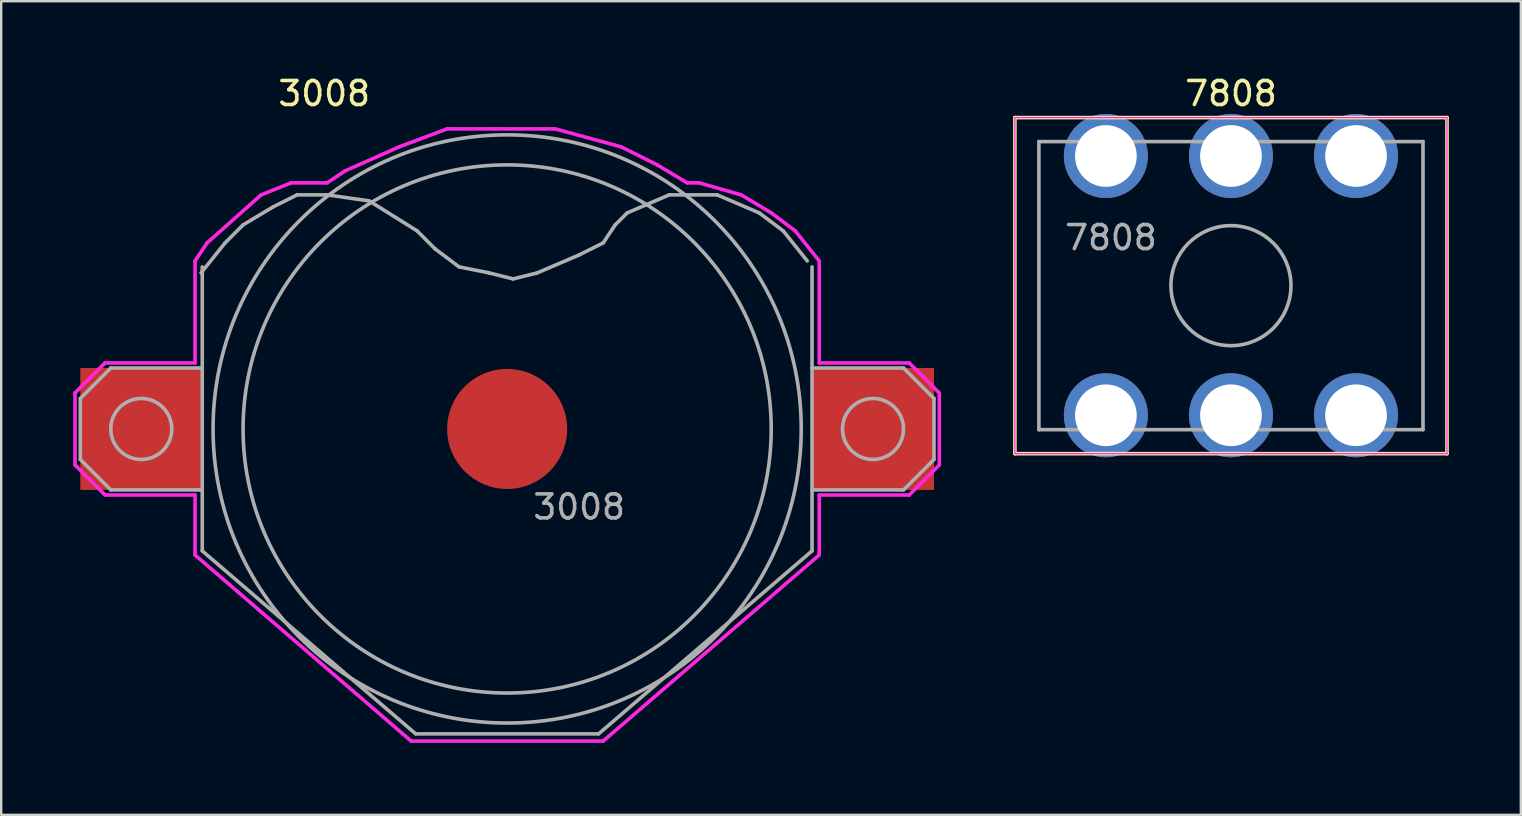
<source format=kicad_pcb>
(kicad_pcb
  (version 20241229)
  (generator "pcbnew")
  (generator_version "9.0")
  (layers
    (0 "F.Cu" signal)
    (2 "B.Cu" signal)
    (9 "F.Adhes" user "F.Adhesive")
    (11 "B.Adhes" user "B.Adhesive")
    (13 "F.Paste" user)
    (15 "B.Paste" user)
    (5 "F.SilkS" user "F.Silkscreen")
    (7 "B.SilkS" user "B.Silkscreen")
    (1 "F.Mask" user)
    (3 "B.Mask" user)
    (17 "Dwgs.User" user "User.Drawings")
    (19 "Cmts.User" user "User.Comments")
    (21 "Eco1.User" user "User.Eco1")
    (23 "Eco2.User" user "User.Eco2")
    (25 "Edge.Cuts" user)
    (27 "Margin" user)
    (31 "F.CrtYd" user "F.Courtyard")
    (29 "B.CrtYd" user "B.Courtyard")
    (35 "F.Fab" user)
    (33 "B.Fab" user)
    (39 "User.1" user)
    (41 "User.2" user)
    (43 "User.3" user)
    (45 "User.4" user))
  (footprint "3008"
    (layer "F.Cu")
    (at 18.075 14.818)
    (property "Reference" "3008" (at -7.62 -13.97 0) (layer "F.SilkS") (effects (font (size 1 1) (thickness 0.15))))
    (attr smd)
    (fp_line (start -18 -1.5) (end -18 1.5) (stroke (width 0.15) (type solid)) (layer "F.CrtYd"))
    (fp_line (start -18 1.5) (end -16.75 2.75) (stroke (width 0.15) (type solid)) (layer "F.CrtYd"))
    (fp_line (start -16.75 -2.75) (end -18 -1.5) (stroke (width 0.15) (type solid)) (layer "F.CrtYd"))
    (fp_line (start -16.75 2.75) (end -13 2.75) (stroke (width 0.15) (type solid)) (layer "F.CrtYd"))
    (fp_line (start -13 -7) (end -13 -2.75) (stroke (width 0.15) (type solid)) (layer "F.CrtYd"))
    (fp_line (start -13 -2.75) (end -16.75 -2.75) (stroke (width 0.15) (type solid)) (layer "F.CrtYd"))
    (fp_line (start -13 2.75) (end -13 5.25) (stroke (width 0.15) (type solid)) (layer "F.CrtYd"))
    (fp_line (start -13 5.25) (end -4 13) (stroke (width 0.15) (type solid)) (layer "F.CrtYd"))
    (fp_line (start -12.5 -7.75) (end -13 -7) (stroke (width 0.15) (type solid)) (layer "F.CrtYd"))
    (fp_line (start -10.25 -9.75) (end -12.5 -7.75) (stroke (width 0.15) (type solid)) (layer "F.CrtYd"))
    (fp_line (start -9 -10.25) (end -10.25 -9.75) (stroke (width 0.15) (type solid)) (layer "F.CrtYd"))
    (fp_line (start -7.5 -10.25) (end -9 -10.25) (stroke (width 0.15) (type solid)) (layer "F.CrtYd"))
    (fp_line (start -6.75 -10.75) (end -7.5 -10.25) (stroke (width 0.15) (type solid)) (layer "F.CrtYd"))
    (fp_line (start -4.5 -11.75) (end -6.75 -10.75) (stroke (width 0.15) (type solid)) (layer "F.CrtYd"))
    (fp_line (start -4 13) (end 4 13) (stroke (width 0.15) (type solid)) (layer "F.CrtYd"))
    (fp_line (start -2.5 -12.5) (end -4.5 -11.75) (stroke (width 0.15) (type solid)) (layer "F.CrtYd"))
    (fp_line (start -0.5 -12.5) (end -2.5 -12.5) (stroke (width 0.15) (type solid)) (layer "F.CrtYd"))
    (fp_line (start 2 -12.5) (end -0.5 -12.5) (stroke (width 0.15) (type solid)) (layer "F.CrtYd"))
    (fp_line (start 4 13) (end 13 5.25) (stroke (width 0.15) (type solid)) (layer "F.CrtYd"))
    (fp_line (start 4.75 -11.75) (end 2 -12.5) (stroke (width 0.15) (type solid)) (layer "F.CrtYd"))
    (fp_line (start 6.25 -11) (end 4.75 -11.75) (stroke (width 0.15) (type solid)) (layer "F.CrtYd"))
    (fp_line (start 7.5 -10.25) (end 6.25 -11) (stroke (width 0.15) (type solid)) (layer "F.CrtYd"))
    (fp_line (start 8 -10.25) (end 7.5 -10.25) (stroke (width 0.15) (type solid)) (layer "F.CrtYd"))
    (fp_line (start 9.75 -9.75) (end 8 -10.25) (stroke (width 0.15) (type solid)) (layer "F.CrtYd"))
    (fp_line (start 11 -9) (end 9.75 -9.75) (stroke (width 0.15) (type solid)) (layer "F.CrtYd"))
    (fp_line (start 12 -8.25) (end 11 -9) (stroke (width 0.15) (type solid)) (layer "F.CrtYd"))
    (fp_line (start 13 -7) (end 12 -8.25) (stroke (width 0.15) (type solid)) (layer "F.CrtYd"))
    (fp_line (start 13 -2.75) (end 13 -7) (stroke (width 0.15) (type solid)) (layer "F.CrtYd"))
    (fp_line (start 13 2.75) (end 16.75 2.75) (stroke (width 0.15) (type solid)) (layer "F.CrtYd"))
    (fp_line (start 13 5.25) (end 13 2.75) (stroke (width 0.15) (type solid)) (layer "F.CrtYd"))
    (fp_line (start 16.75 -2.75) (end 13 -2.75) (stroke (width 0.15) (type solid)) (layer "F.CrtYd"))
    (fp_line (start 16.75 2.75) (end 18 1.5) (stroke (width 0.15) (type solid)) (layer "F.CrtYd"))
    (fp_line (start 18 -1.5) (end 16.75 -2.75) (stroke (width 0.15) (type solid)) (layer "F.CrtYd"))
    (fp_line (start 18 1.5) (end 18 -1.5) (stroke (width 0.15) (type solid)) (layer "F.CrtYd"))
    (fp_line (start -17.78 -1.27) (end -17.78 1.27) (stroke (width 0.15) (type solid)) (layer "F.Fab"))
    (fp_line (start -17.78 1.27) (end -16.51 2.54) (stroke (width 0.15) (type solid)) (layer "F.Fab"))
    (fp_line (start -16.51 -2.54) (end -17.78 -1.27) (stroke (width 0.15) (type solid)) (layer "F.Fab"))
    (fp_line (start -16.51 2.54) (end -12.7 2.54) (stroke (width 0.15) (type solid)) (layer "F.Fab"))
    (fp_line (start -12.75 -6.5) (end -11.75 -7.75) (stroke (width 0.15) (type solid)) (layer "F.Fab"))
    (fp_line (start -12.7 -6.75) (end -12.7 5.08) (stroke (width 0.15) (type solid)) (layer "F.Fab"))
    (fp_line (start -12.7 -2.54) (end -16.51 -2.54) (stroke (width 0.15) (type solid)) (layer "F.Fab"))
    (fp_line (start -12.7 5.08) (end -3.81 12.7) (stroke (width 0.15) (type solid)) (layer "F.Fab"))
    (fp_line (start -11.75 -7.75) (end -11 -8.5) (stroke (width 0.15) (type solid)) (layer "F.Fab"))
    (fp_line (start -11 -8.5) (end -9.75 -9.25) (stroke (width 0.15) (type solid)) (layer "F.Fab"))
    (fp_line (start -9.75 -9.25) (end -8.75 -9.75) (stroke (width 0.15) (type solid)) (layer "F.Fab"))
    (fp_line (start -8.75 -9.75) (end -7.5 -9.75) (stroke (width 0.15) (type solid)) (layer "F.Fab"))
    (fp_line (start -7.5 -9.75) (end -5.75 -9.5) (stroke (width 0.15) (type solid)) (layer "F.Fab"))
    (fp_line (start -5.75 -9.5) (end -3.75 -8.25) (stroke (width 0.15) (type solid)) (layer "F.Fab"))
    (fp_line (start -3.81 12.7) (end 3.81 12.7) (stroke (width 0.15) (type solid)) (layer "F.Fab"))
    (fp_line (start -3.75 -8.25) (end -3 -7.5) (stroke (width 0.15) (type solid)) (layer "F.Fab"))
    (fp_line (start -3 -7.5) (end -2 -6.75) (stroke (width 0.15) (type solid)) (layer "F.Fab"))
    (fp_line (start -2 -6.75) (end -0.75 -6.5) (stroke (width 0.15) (type solid)) (layer "F.Fab"))
    (fp_line (start -0.75 -6.5) (end 0.25 -6.25) (stroke (width 0.15) (type solid)) (layer "F.Fab"))
    (fp_line (start 0.25 -6.25) (end 1.25 -6.5) (stroke (width 0.15) (type solid)) (layer "F.Fab"))
    (fp_line (start 1.25 -6.5) (end 3 -7.25) (stroke (width 0.15) (type solid)) (layer "F.Fab"))
    (fp_line (start 3 -7.25) (end 4 -7.75) (stroke (width 0.15) (type solid)) (layer "F.Fab"))
    (fp_line (start 3.81 12.7) (end 12.7 5.08) (stroke (width 0.15) (type solid)) (layer "F.Fab"))
    (fp_line (start 4 -7.75) (end 4.5 -8.5) (stroke (width 0.15) (type solid)) (layer "F.Fab"))
    (fp_line (start 4.5 -8.5) (end 5 -9) (stroke (width 0.15) (type solid)) (layer "F.Fab"))
    (fp_line (start 5 -9) (end 6.75 -9.75) (stroke (width 0.15) (type solid)) (layer "F.Fab"))
    (fp_line (start 6.75 -9.75) (end 8.75 -9.75) (stroke (width 0.15) (type solid)) (layer "F.Fab"))
    (fp_line (start 8.75 -9.75) (end 10.5 -9) (stroke (width 0.15) (type solid)) (layer "F.Fab"))
    (fp_line (start 10.5 -9) (end 11.5 -8.25) (stroke (width 0.15) (type solid)) (layer "F.Fab"))
    (fp_line (start 11.5 -8.25) (end 12.5 -7) (stroke (width 0.15) (type solid)) (layer "F.Fab"))
    (fp_line (start 12.7 -2.54) (end 16.51 -2.54) (stroke (width 0.15) (type solid)) (layer "F.Fab"))
    (fp_line (start 12.7 5.08) (end 12.7 -6.75) (stroke (width 0.15) (type solid)) (layer "F.Fab"))
    (fp_line (start 16.51 -2.54) (end 17.78 -1.27) (stroke (width 0.15) (type solid)) (layer "F.Fab"))
    (fp_line (start 16.51 2.54) (end 12.7 2.54) (stroke (width 0.15) (type solid)) (layer "F.Fab"))
    (fp_line (start 17.78 -1.27) (end 17.78 1.27) (stroke (width 0.15) (type solid)) (layer "F.Fab"))
    (fp_line (start 17.78 1.27) (end 16.51 2.54) (stroke (width 0.15) (type solid)) (layer "F.Fab"))
    (fp_circle (center -15.24 0) (end -13.97 0) (stroke (width 0.15) (type solid)) (fill no) (layer "F.Fab"))
    (fp_circle (center 0 0) (end 11 0) (stroke (width 0.15) (type solid)) (fill no) (layer "F.Fab"))
    (fp_circle (center 0 0) (end 12.25 0) (stroke (width 0.15) (type solid)) (fill no) (layer "F.Fab"))
    (fp_circle (center 15.24 0) (end 16.51 0) (stroke (width 0.15) (type solid)) (fill no) (layer "F.Fab"))
    (fp_text user "${REFERENCE}" (at 3 3.25 0) (layer "F.Fab") (effects (font (size 1 1) (thickness 0.15))))
    (pad "1" smd rect (at -15.24 0) (size 5.08 5.08) (layers "F.Cu" "F.Mask" "F.Paste"))
    (pad "2" smd rect (at 15.24 0) (size 5.08 5.08) (layers "F.Cu" "F.Mask" "F.Paste"))
    (pad "3" smd circle (at 0 0) (size 5 5) (layers "F.Cu" "F.Mask" "F.Paste")))
  (footprint "7808"
    (layer "F.Cu")
    (at 48.225 8.848)
    (property "Reference" "7808" (at 0 -8 0) (layer "F.SilkS") (effects (font (size 1 1) (thickness 0.15))))
    (attr smd)
    (fp_line (start -9 -7) (end -9 7) (stroke (width 0.15) (type solid)) (layer "F.SilkS"))
    (fp_line (start -9 7) (end 9 7) (stroke (width 0.15) (type solid)) (layer "F.SilkS"))
    (fp_line (start 9 -7) (end -9 -7) (stroke (width 0.15) (type solid)) (layer "F.SilkS"))
    (fp_line (start 9 7) (end 9 -7) (stroke (width 0.15) (type solid)) (layer "F.SilkS"))
    (fp_line (start -9 -7) (end -9 7) (stroke (width 0.05) (type solid)) (layer "F.CrtYd"))
    (fp_line (start -9 7) (end 9 7) (stroke (width 0.05) (type solid)) (layer "F.CrtYd"))
    (fp_line (start 9 -7) (end -9 -7) (stroke (width 0.05) (type solid)) (layer "F.CrtYd"))
    (fp_line (start 9 7) (end 9 -7) (stroke (width 0.05) (type solid)) (layer "F.CrtYd"))
    (fp_line (start -8 -6) (end 8 -6) (stroke (width 0.15) (type solid)) (layer "F.Fab"))
    (fp_line (start -8 6) (end -8 -6) (stroke (width 0.15) (type solid)) (layer "F.Fab"))
    (fp_line (start 8 -6) (end 8 6) (stroke (width 0.15) (type solid)) (layer "F.Fab"))
    (fp_line (start 8 6) (end -8 6) (stroke (width 0.15) (type solid)) (layer "F.Fab"))
    (fp_circle (center 0 0) (end 2.5 0) (stroke (width 0.15) (type solid)) (fill no) (layer "F.Fab"))
    (fp_text user "${REFERENCE}" (at -5 -2 0) (layer "F.Fab") (effects (font (size 1 1) (thickness 0.15))))
    (pad "1" thru_hole circle (at -5.21 -5.4) (size 3.5 3.5) (drill 2.57) (layers "*.Cu" "*.Mask"))
    (pad "1" thru_hole circle (at -5.21 5.4) (size 3.5 3.5) (drill 2.57) (layers "*.Cu" "*.Mask"))
    (pad "1" thru_hole circle (at 0 -5.4) (size 3.5 3.5) (drill 2.57) (layers "*.Cu" "*.Mask"))
    (pad "1" thru_hole circle (at 0 5.4) (size 3.5 3.5) (drill 2.57) (layers "*.Cu" "*.Mask"))
    (pad "1" thru_hole circle (at 5.21 -5.4) (size 3.5 3.5) (drill 2.57) (layers "*.Cu" "*.Mask"))
    (pad "1" thru_hole circle (at 5.21 5.4) (size 3.5 3.5) (drill 2.57) (layers "*.Cu" "*.Mask")))
  (gr_rect
    (start -3 -3)
    (end 60.3 30.893)
    (stroke (width 0.1) (type default))
    (fill no)
    (layer "Edge.Cuts")))
</source>
